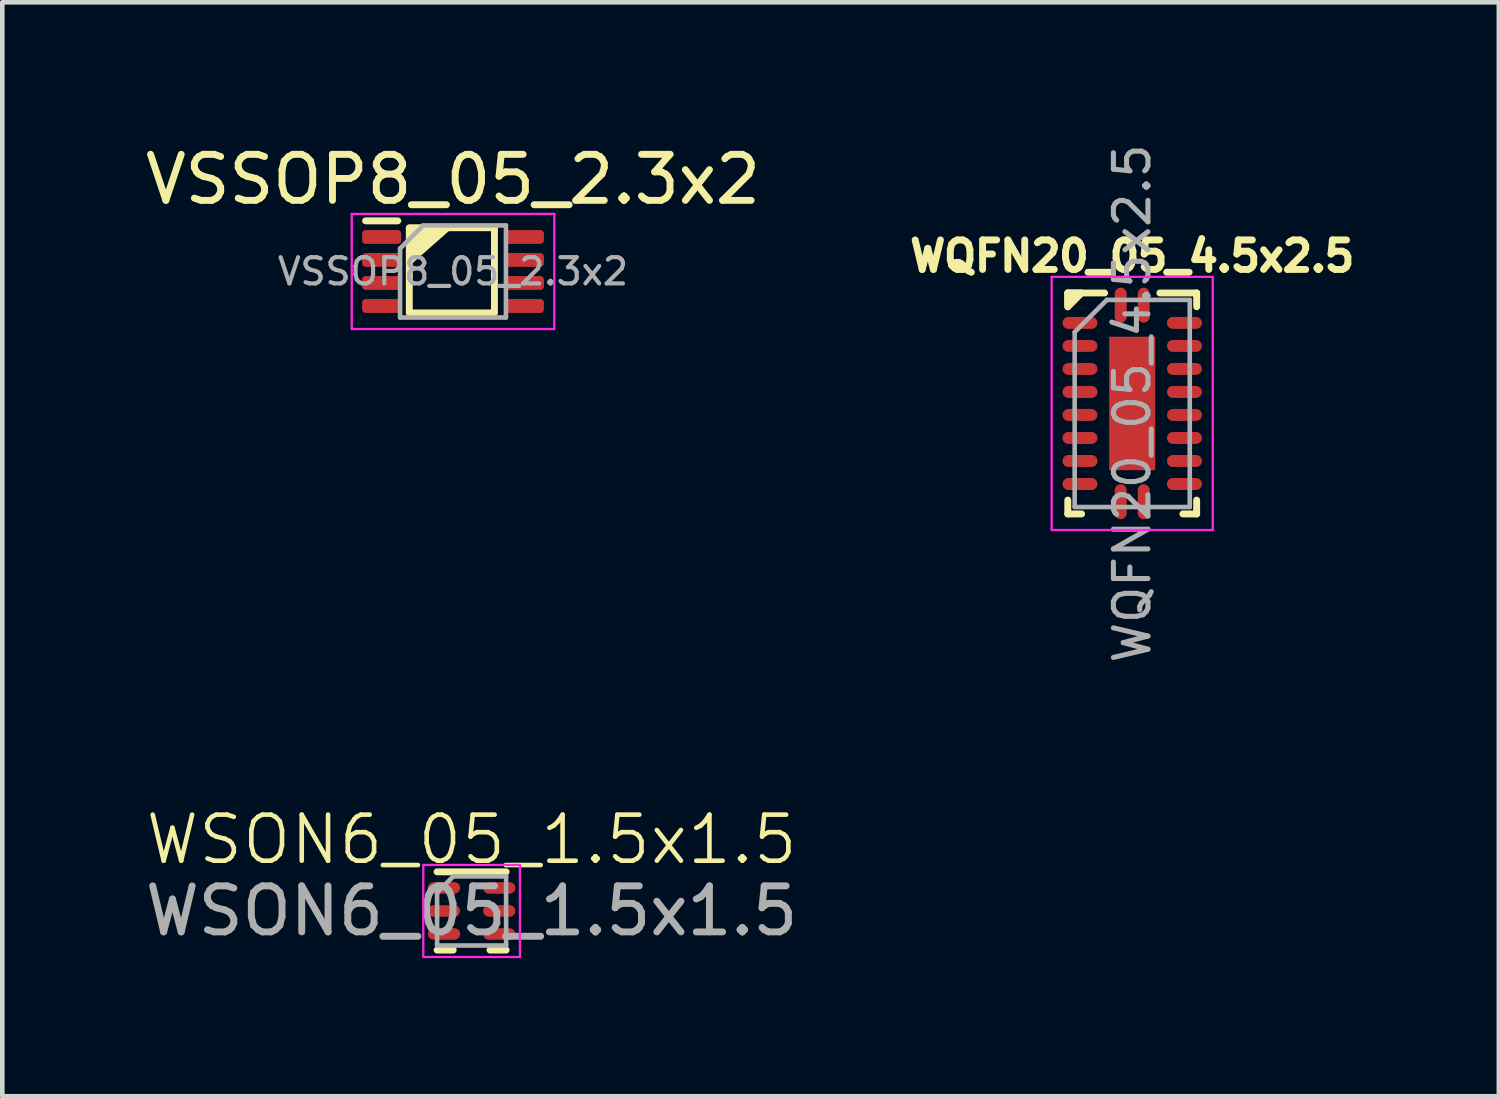
<source format=kicad_pcb>
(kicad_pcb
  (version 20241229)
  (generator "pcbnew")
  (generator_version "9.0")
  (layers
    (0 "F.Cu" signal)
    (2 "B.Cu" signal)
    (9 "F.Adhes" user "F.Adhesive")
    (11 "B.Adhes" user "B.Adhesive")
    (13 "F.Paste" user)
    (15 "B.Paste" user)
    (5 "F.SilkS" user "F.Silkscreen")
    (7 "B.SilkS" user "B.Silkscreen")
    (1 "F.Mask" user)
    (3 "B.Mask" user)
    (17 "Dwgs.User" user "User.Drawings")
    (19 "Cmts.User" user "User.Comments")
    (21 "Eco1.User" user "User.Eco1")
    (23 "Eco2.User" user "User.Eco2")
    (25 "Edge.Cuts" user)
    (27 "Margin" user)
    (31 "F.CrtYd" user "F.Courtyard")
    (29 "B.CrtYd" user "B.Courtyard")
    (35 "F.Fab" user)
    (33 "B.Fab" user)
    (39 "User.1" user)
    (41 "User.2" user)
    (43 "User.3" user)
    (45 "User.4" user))
  (footprint "WQFN20_05_4.5x2.5"
    (layer "F.Cu")
    (at 21.548 5.715)
    (property "Reference" "WQFN20_05_4.5x2.5" (at 0 -3.2 0) (layer "F.SilkS") (effects (font (size 0.641 0.641) (thickness 0.15))))
    (attr smd)
    (fp_line (start -1.4 -2.4) (end -1.4 -2.1) (stroke (width 0.15) (type solid)) (layer "F.SilkS"))
    (fp_line (start -1.4 2.4) (end -1.4 2.1) (stroke (width 0.15) (type solid)) (layer "F.SilkS"))
    (fp_line (start -1.1 2.4) (end -1.4 2.4) (stroke (width 0.15) (type solid)) (layer "F.SilkS"))
    (fp_line (start -0.6 -2.4) (end -1.4 -2.4) (stroke (width 0.15) (type solid)) (layer "F.SilkS"))
    (fp_line (start 0.6 -2.4) (end 1.4 -2.4) (stroke (width 0.15) (type solid)) (layer "F.SilkS"))
    (fp_line (start 1.1 2.4) (end 1.4 2.4) (stroke (width 0.15) (type solid)) (layer "F.SilkS"))
    (fp_line (start 1.4 -2.4) (end 1.4 -2.1) (stroke (width 0.15) (type solid)) (layer "F.SilkS"))
    (fp_line (start 1.4 2.4) (end 1.4 2.1) (stroke (width 0.15) (type solid)) (layer "F.SilkS"))
    (fp_poly (pts (xy -1.4 -2.4) (xy -1.4 -2.1) (xy -1.1 -2.4)) (stroke (width 0.15) (type solid)) (fill yes) (layer "F.SilkS"))
    (fp_poly (pts (xy 0.305 -1.186) (xy 0.305 -0.175) (xy -0.305 -0.175) (xy -0.305 -1.186)) (stroke (width 0.01) (type solid)) (fill yes) (layer "F.Paste"))
    (fp_poly (pts (xy 0.305 0.175) (xy 0.305 1.185) (xy -0.305 1.185) (xy -0.305 0.175)) (stroke (width 0.01) (type solid)) (fill yes) (layer "F.Paste"))
    (fp_line (start -1.75 -2.75) (end -1.75 2.75) (stroke (width 0.05) (type solid)) (layer "F.CrtYd"))
    (fp_line (start -1.75 2.75) (end 1.75 2.75) (stroke (width 0.05) (type solid)) (layer "F.CrtYd"))
    (fp_line (start 1.75 -2.75) (end -1.75 -2.75) (stroke (width 0.05) (type solid)) (layer "F.CrtYd"))
    (fp_line (start 1.75 2.75) (end 1.75 -2.75) (stroke (width 0.05) (type solid)) (layer "F.CrtYd"))
    (fp_line (start -1.25 -1.55) (end -1.25 2.25) (stroke (width 0.1) (type solid)) (layer "F.Fab"))
    (fp_line (start -1.25 -1.55) (end -0.55 -2.25) (stroke (width 0.1) (type default)) (layer "F.Fab"))
    (fp_line (start -1.25 2.25) (end 1.25 2.25) (stroke (width 0.1) (type solid)) (layer "F.Fab"))
    (fp_line (start 1.25 -2.25) (end -0.55 -2.25) (stroke (width 0.1) (type solid)) (layer "F.Fab"))
    (fp_line (start 1.25 2.25) (end 1.25 -2.25) (stroke (width 0.1) (type solid)) (layer "F.Fab"))
    (fp_text user "${REFERENCE}" (at 0 0 90) (layer "F.Fab") (effects (font (size 0.75 0.75) (thickness 0.11))))
    (pad "1" smd oval (at -0.25 -2.135 270) (size 0.76 0.26) (layers "F.Cu" "F.Mask" "F.Paste"))
    (pad "2" smd oval (at -1.135 -1.75 270) (size 0.26 0.76) (layers "F.Cu" "F.Mask" "F.Paste"))
    (pad "3" smd oval (at -1.135 -1.25 270) (size 0.26 0.76) (layers "F.Cu" "F.Mask" "F.Paste"))
    (pad "4" smd oval (at -1.135 -0.75 270) (size 0.26 0.76) (layers "F.Cu" "F.Mask" "F.Paste"))
    (pad "5" smd oval (at -1.135 -0.25 270) (size 0.26 0.76) (layers "F.Cu" "F.Mask" "F.Paste"))
    (pad "6" smd oval (at -1.135 0.25 270) (size 0.26 0.76) (layers "F.Cu" "F.Mask" "F.Paste"))
    (pad "7" smd oval (at -1.135 0.75 270) (size 0.26 0.76) (layers "F.Cu" "F.Mask" "F.Paste"))
    (pad "8" smd oval (at -1.135 1.25 270) (size 0.26 0.76) (layers "F.Cu" "F.Mask" "F.Paste"))
    (pad "9" smd oval (at -1.135 1.75 270) (size 0.26 0.76) (layers "F.Cu" "F.Mask" "F.Paste"))
    (pad "10" smd oval (at -0.25 2.135 270) (size 0.76 0.26) (layers "F.Cu" "F.Mask" "F.Paste"))
    (pad "11" smd oval (at 0.25 2.135 270) (size 0.76 0.26) (layers "F.Cu" "F.Mask" "F.Paste"))
    (pad "12" smd oval (at 1.135 1.75 270) (size 0.26 0.76) (layers "F.Cu" "F.Mask" "F.Paste"))
    (pad "13" smd oval (at 1.135 1.25 270) (size 0.26 0.76) (layers "F.Cu" "F.Mask" "F.Paste"))
    (pad "14" smd oval (at 1.135 0.75 270) (size 0.26 0.76) (layers "F.Cu" "F.Mask" "F.Paste"))
    (pad "15" smd oval (at 1.135 0.25 270) (size 0.26 0.76) (layers "F.Cu" "F.Mask" "F.Paste"))
    (pad "16" smd oval (at 1.135 -0.25 270) (size 0.26 0.76) (layers "F.Cu" "F.Mask" "F.Paste"))
    (pad "17" smd oval (at 1.135 -0.75 270) (size 0.26 0.76) (layers "F.Cu" "F.Mask" "F.Paste"))
    (pad "18" smd oval (at 1.135 -1.25 270) (size 0.26 0.76) (layers "F.Cu" "F.Mask" "F.Paste"))
    (pad "19" smd oval (at 1.135 -1.75 270) (size 0.26 0.76) (layers "F.Cu" "F.Mask" "F.Paste"))
    (pad "20" smd oval (at 0.25 -2.135 270) (size 0.76 0.26) (layers "F.Cu" "F.Mask" "F.Paste"))
    (pad "21" smd rect (at 0 0 270) (size 2.9 1) (layers "F.Cu" "F.Mask")))
  (footprint "VSSOP8_05_2.3x2"
    (layer "F.Cu")
    (at 6.792 2.848)
    (property "Reference" "VSSOP8_05_2.3x2" (at 0 -2 0) (layer "F.SilkS") (effects (font (size 1 1) (thickness 0.15))))
    (attr smd)
    (fp_line (start -1.2 -1.1) (end -1.9 -1.1) (stroke (width 0.15) (type solid)) (layer "F.SilkS"))
    (fp_rect (start -0.95 -0.95) (end 0.9 0.9) (stroke (width 0.15) (type default)) (fill no) (layer "F.SilkS"))
    (fp_poly (pts (xy -0.95 -0.2) (xy -0.95 -0.95) (xy -0.1 -0.95)) (stroke (width 0.12) (type solid)) (fill yes) (layer "F.SilkS"))
    (fp_line (start -2.2 -1.25) (end -2.2 1.25) (stroke (width 0.05) (type solid)) (layer "F.CrtYd"))
    (fp_line (start -2.2 1.25) (end 2.2 1.25) (stroke (width 0.05) (type solid)) (layer "F.CrtYd"))
    (fp_line (start 2.2 -1.25) (end -2.2 -1.25) (stroke (width 0.05) (type solid)) (layer "F.CrtYd"))
    (fp_line (start 2.2 1.25) (end 2.2 -1.25) (stroke (width 0.05) (type solid)) (layer "F.CrtYd"))
    (fp_line (start -1.15 -0.5) (end -0.65 -1) (stroke (width 0.1) (type solid)) (layer "F.Fab"))
    (fp_line (start -1.15 1) (end -1.15 -0.5) (stroke (width 0.1) (type solid)) (layer "F.Fab"))
    (fp_line (start -0.65 -1) (end 1.15 -1) (stroke (width 0.1) (type solid)) (layer "F.Fab"))
    (fp_line (start 1.15 -1) (end 1.15 1) (stroke (width 0.1) (type solid)) (layer "F.Fab"))
    (fp_line (start 1.15 1) (end -1.15 1) (stroke (width 0.1) (type solid)) (layer "F.Fab"))
    (fp_text user "${REFERENCE}" (at 0 0 0) (layer "F.Fab") (effects (font (size 0.57 0.57) (thickness 0.09))))
    (pad "1" smd roundrect (at -1.55 -0.75) (size 0.85 0.3) (layers "F.Cu" "F.Mask" "F.Paste") (roundrect_rratio 0.25))
    (pad "2" smd roundrect (at -1.55 -0.25) (size 0.85 0.3) (layers "F.Cu" "F.Mask" "F.Paste") (roundrect_rratio 0.25))
    (pad "3" smd roundrect (at -1.55 0.25) (size 0.85 0.3) (layers "F.Cu" "F.Mask" "F.Paste") (roundrect_rratio 0.25))
    (pad "4" smd roundrect (at -1.55 0.75) (size 0.85 0.3) (layers "F.Cu" "F.Mask" "F.Paste") (roundrect_rratio 0.25))
    (pad "5" smd roundrect (at 1.55 0.75) (size 0.85 0.3) (layers "F.Cu" "F.Mask" "F.Paste") (roundrect_rratio 0.25))
    (pad "6" smd roundrect (at 1.55 0.25) (size 0.85 0.3) (layers "F.Cu" "F.Mask" "F.Paste") (roundrect_rratio 0.25))
    (pad "7" smd roundrect (at 1.55 -0.25) (size 0.85 0.3) (layers "F.Cu" "F.Mask" "F.Paste") (roundrect_rratio 0.25))
    (pad "8" smd roundrect (at 1.55 -0.75) (size 0.85 0.3) (layers "F.Cu" "F.Mask" "F.Paste") (roundrect_rratio 0.25)))
  (footprint "WSON6_05_1.5x1.5"
    (layer "F.Cu")
    (at 7.196 16.741)
    (property "Reference" "WSON6_05_1.5x1.5" (at 0 -1.55 0) (unlocked yes) (layer "F.SilkS") (effects (font (size 1 1) (thickness 0.1))))
    (attr smd)
    (fp_line (start -0.4 0.85) (end -0.75 0.85) (stroke (width 0.15) (type default)) (layer "F.SilkS"))
    (fp_line (start 0.75 -0.85) (end -0.75 -0.85) (stroke (width 0.15) (type default)) (layer "F.SilkS"))
    (fp_line (start 0.75 0.85) (end 0.4 0.85) (stroke (width 0.15) (type default)) (layer "F.SilkS"))
    (fp_rect (start -1.05 -1) (end 1.05 1) (stroke (width 0.05) (type default)) (fill no) (layer "F.CrtYd"))
    (fp_line (start -0.75 -0.4) (end -0.75 0.75) (stroke (width 0.1) (type default)) (layer "F.Fab"))
    (fp_line (start -0.75 -0.4) (end -0.4 -0.75) (stroke (width 0.1) (type default)) (layer "F.Fab"))
    (fp_line (start -0.75 0.75) (end 0.75 0.75) (stroke (width 0.1) (type default)) (layer "F.Fab"))
    (fp_line (start -0.4 -0.75) (end 0.75 -0.75) (stroke (width 0.1) (type default)) (layer "F.Fab"))
    (fp_line (start 0.75 -0.75) (end 0.75 0.75) (stroke (width 0.1) (type default)) (layer "F.Fab"))
    (fp_text user "${REFERENCE}" (at 0 0 0) (unlocked yes) (layer "F.Fab") (effects (font (size 1 1) (thickness 0.15))))
    (pad "1" smd oval (at -0.6 -0.5) (size 0.7 0.25) (layers "F.Cu" "F.Mask" "F.Paste"))
    (pad "2" smd oval (at -0.6 0) (size 0.7 0.25) (layers "F.Cu" "F.Mask" "F.Paste"))
    (pad "3" smd oval (at -0.6 0.5) (size 0.7 0.25) (layers "F.Cu" "F.Mask" "F.Paste"))
    (pad "4" smd oval (at 0.6 0.5) (size 0.7 0.25) (layers "F.Cu" "F.Mask" "F.Paste"))
    (pad "5" smd oval (at 0.6 0) (size 0.7 0.25) (layers "F.Cu" "F.Mask" "F.Paste"))
    (pad "6" smd oval (at 0.6 -0.5) (size 0.7 0.25) (layers "F.Cu" "F.Mask" "F.Paste")))
  (gr_rect
    (start -3 -3)
    (end 29.513 20.766)
    (stroke (width 0.1) (type default))
    (fill no)
    (layer "Edge.Cuts")))
</source>
